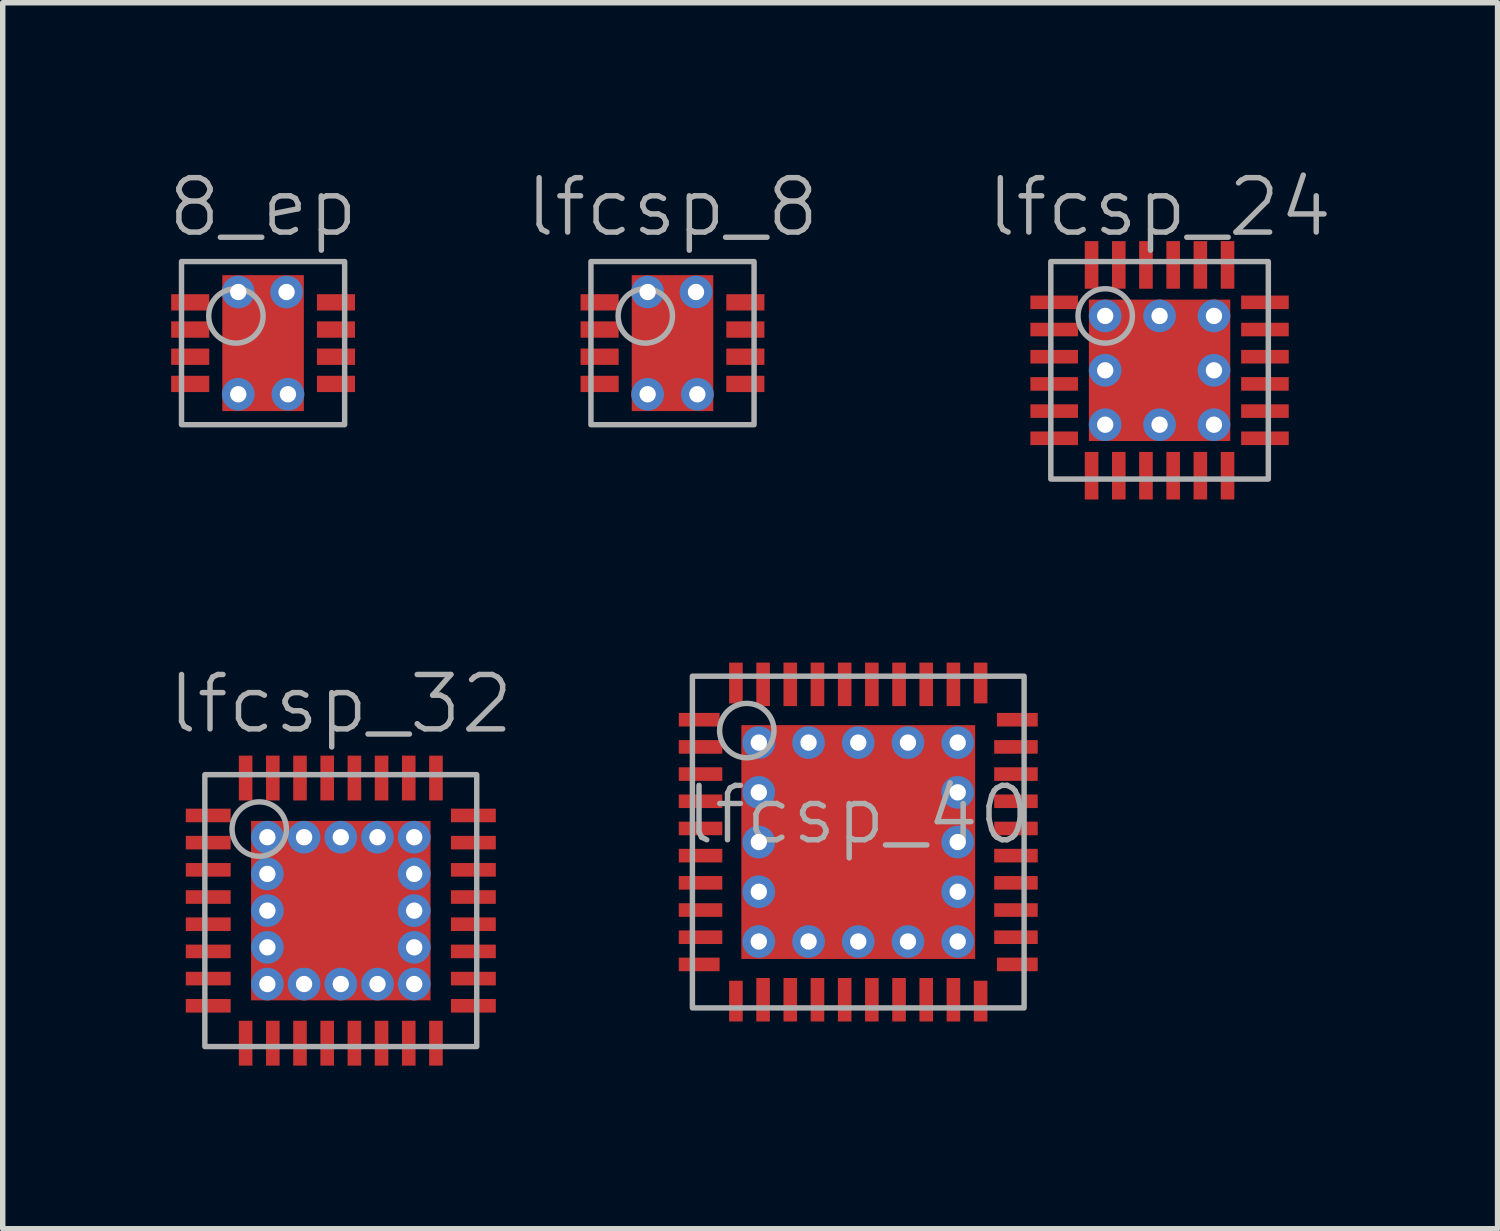
<source format=kicad_pcb>
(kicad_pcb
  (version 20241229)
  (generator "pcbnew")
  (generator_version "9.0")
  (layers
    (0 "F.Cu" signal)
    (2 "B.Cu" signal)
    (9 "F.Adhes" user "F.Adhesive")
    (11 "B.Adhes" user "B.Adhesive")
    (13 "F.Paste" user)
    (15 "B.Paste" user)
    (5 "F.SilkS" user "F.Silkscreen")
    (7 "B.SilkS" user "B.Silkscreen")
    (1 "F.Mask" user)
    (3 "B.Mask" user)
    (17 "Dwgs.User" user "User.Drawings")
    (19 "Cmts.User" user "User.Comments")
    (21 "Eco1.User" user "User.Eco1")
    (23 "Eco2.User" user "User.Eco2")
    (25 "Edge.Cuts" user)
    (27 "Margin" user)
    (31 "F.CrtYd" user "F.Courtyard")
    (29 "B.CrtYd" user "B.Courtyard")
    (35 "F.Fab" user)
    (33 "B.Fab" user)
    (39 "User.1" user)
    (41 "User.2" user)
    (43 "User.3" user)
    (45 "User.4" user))
  (footprint "lfcsp_24"
    (layer "F.Cu")
    (at 18.274 3.76)
    (property "Reference" "lfcsp_24" (at 0 -3 0) (layer "F.Fab") (effects (font (size 1 1) (thickness 0.1))))
    (attr smd)
    (fp_rect (start -2 2) (end 2 -2) (stroke (width 0.1) (type default)) (fill no) (layer "F.Fab"))
    (fp_circle (center -1 -1) (end -0.5 -1) (stroke (width 0.1) (type default)) (fill no) (layer "F.Fab"))
    (pad "1" smd rect (at -1.938 -1.25) (size 0.875 0.25) (layers "F.Cu" "F.Mask" "F.Paste"))
    (pad "2" smd rect (at -1.938 -0.75) (size 0.875 0.25) (layers "F.Cu" "F.Mask" "F.Paste"))
    (pad "3" smd rect (at -1.938 -0.25) (size 0.875 0.25) (layers "F.Cu" "F.Mask" "F.Paste"))
    (pad "4" smd rect (at -1.938 0.25) (size 0.875 0.25) (layers "F.Cu" "F.Mask" "F.Paste"))
    (pad "5" smd rect (at -1.938 0.75) (size 0.875 0.25) (layers "F.Cu" "F.Mask" "F.Paste"))
    (pad "6" smd rect (at -1.938 1.25) (size 0.875 0.25) (layers "F.Cu" "F.Mask" "F.Paste"))
    (pad "7" smd rect (at -1.25 1.938) (size 0.25 0.875) (layers "F.Cu" "F.Mask" "F.Paste"))
    (pad "8" smd rect (at -0.75 1.938) (size 0.25 0.875) (layers "F.Cu" "F.Mask" "F.Paste"))
    (pad "9" smd rect (at -0.25 1.938) (size 0.25 0.875) (layers "F.Cu" "F.Mask" "F.Paste"))
    (pad "10" smd rect (at 0.25 1.938) (size 0.25 0.875) (layers "F.Cu" "F.Mask" "F.Paste"))
    (pad "11" smd rect (at 0.75 1.938) (size 0.25 0.875) (layers "F.Cu" "F.Mask" "F.Paste"))
    (pad "12" smd rect (at 1.25 1.938) (size 0.25 0.875) (layers "F.Cu" "F.Mask" "F.Paste"))
    (pad "13" smd rect (at 1.938 1.25) (size 0.875 0.25) (layers "F.Cu" "F.Mask" "F.Paste"))
    (pad "14" smd rect (at 1.938 0.75) (size 0.875 0.25) (layers "F.Cu" "F.Mask" "F.Paste"))
    (pad "15" smd rect (at 1.938 0.25) (size 0.875 0.25) (layers "F.Cu" "F.Mask" "F.Paste"))
    (pad "16" smd rect (at 1.938 -0.25) (size 0.875 0.25) (layers "F.Cu" "F.Mask" "F.Paste"))
    (pad "17" smd rect (at 1.938 -0.75) (size 0.875 0.25) (layers "F.Cu" "F.Mask" "F.Paste"))
    (pad "18" smd rect (at 1.938 -1.25) (size 0.875 0.25) (layers "F.Cu" "F.Mask" "F.Paste"))
    (pad "19" smd rect (at 1.25 -1.938) (size 0.25 0.875) (layers "F.Cu" "F.Mask" "F.Paste"))
    (pad "20" smd rect (at 0.75 -1.938) (size 0.25 0.875) (layers "F.Cu" "F.Mask" "F.Paste"))
    (pad "21" smd rect (at 0.25 -1.938) (size 0.25 0.875) (layers "F.Cu" "F.Mask" "F.Paste"))
    (pad "22" smd rect (at -0.25 -1.938) (size 0.25 0.875) (layers "F.Cu" "F.Mask" "F.Paste"))
    (pad "23" smd rect (at -0.75 -1.938) (size 0.25 0.875) (layers "F.Cu" "F.Mask" "F.Paste"))
    (pad "24" smd rect (at -1.25 -1.938) (size 0.25 0.875) (layers "F.Cu" "F.Mask" "F.Paste"))
    (pad "25" thru_hole circle (at -1 -1) (size 0.6 0.6) (drill 0.3) (layers "*.Cu"))
    (pad "25" thru_hole circle (at -1 0) (size 0.6 0.6) (drill 0.3) (layers "*.Cu"))
    (pad "25" thru_hole circle (at -1 1) (size 0.6 0.6) (drill 0.3) (layers "*.Cu"))
    (pad "25" thru_hole circle (at 0 -1) (size 0.6 0.6) (drill 0.3) (layers "*.Cu"))
    (pad "25" smd rect (at 0 0) (size 2.6 2.6) (layers "F.Cu" "F.Mask" "F.Paste"))
    (pad "25" thru_hole circle (at 0 1) (size 0.6 0.6) (drill 0.3) (layers "*.Cu"))
    (pad "25" thru_hole circle (at 1 -1) (size 0.6 0.6) (drill 0.3) (layers "*.Cu"))
    (pad "25" thru_hole circle (at 1 0) (size 0.6 0.6) (drill 0.3) (layers "*.Cu"))
    (pad "25" thru_hole circle (at 1 1) (size 0.6 0.6) (drill 0.3) (layers "*.Cu")))
  (footprint "lfcsp_40"
    (layer "F.Cu")
    (at 12.733 12.435)
    (property "Reference" "lfcsp_40" (at 0 -0.5 0) (unlocked yes) (layer "F.Fab") (effects (font (size 1 1) (thickness 0.1))))
    (attr smd)
    (fp_rect (start -3.05 3.05) (end 3.05 -3.05) (stroke (width 0.1) (type default)) (fill no) (layer "F.Fab"))
    (fp_circle (center -2.05 -2.05) (end -1.55 -2.05) (stroke (width 0.1) (type default)) (fill no) (layer "F.Fab"))
    (pad "1" smd rect (at -2.925 -2.25) (size 0.75 0.25) (layers "F.Cu" "F.Mask" "F.Paste"))
    (pad "2" smd rect (at -2.9 -1.75) (size 0.8 0.25) (layers "F.Cu" "F.Mask" "F.Paste"))
    (pad "3" smd rect (at -2.9 -1.25) (size 0.8 0.25) (layers "F.Cu" "F.Mask" "F.Paste"))
    (pad "4" smd rect (at -2.9 -0.75) (size 0.8 0.25) (layers "F.Cu" "F.Mask" "F.Paste"))
    (pad "5" smd rect (at -2.9 -0.25) (size 0.8 0.25) (layers "F.Cu" "F.Mask" "F.Paste"))
    (pad "6" smd rect (at -2.9 0.25) (size 0.8 0.25) (layers "F.Cu" "F.Mask" "F.Paste"))
    (pad "7" smd rect (at -2.9 0.75) (size 0.8 0.25) (layers "F.Cu" "F.Mask" "F.Paste"))
    (pad "8" smd rect (at -2.9 1.25) (size 0.8 0.25) (layers "F.Cu" "F.Mask" "F.Paste"))
    (pad "9" smd rect (at -2.9 1.75) (size 0.8 0.25) (layers "F.Cu" "F.Mask" "F.Paste"))
    (pad "10" smd rect (at -2.925 2.25) (size 0.75 0.25) (layers "F.Cu" "F.Mask" "F.Paste"))
    (pad "11" smd rect (at -2.25 2.925 270) (size 0.75 0.25) (layers "F.Cu" "F.Mask" "F.Paste"))
    (pad "12" smd rect (at -1.75 2.9 270) (size 0.8 0.25) (layers "F.Cu" "F.Mask" "F.Paste"))
    (pad "13" smd rect (at -1.25 2.9 270) (size 0.8 0.25) (layers "F.Cu" "F.Mask" "F.Paste"))
    (pad "14" smd rect (at -0.75 2.9 270) (size 0.8 0.25) (layers "F.Cu" "F.Mask" "F.Paste"))
    (pad "15" smd rect (at -0.25 2.9 270) (size 0.8 0.25) (layers "F.Cu" "F.Mask" "F.Paste"))
    (pad "16" smd rect (at 0.25 2.9 270) (size 0.8 0.25) (layers "F.Cu" "F.Mask" "F.Paste"))
    (pad "17" smd rect (at 0.75 2.9 270) (size 0.8 0.25) (layers "F.Cu" "F.Mask" "F.Paste"))
    (pad "18" smd rect (at 1.25 2.9 270) (size 0.8 0.25) (layers "F.Cu" "F.Mask" "F.Paste"))
    (pad "19" smd rect (at 1.75 2.9 270) (size 0.8 0.25) (layers "F.Cu" "F.Mask" "F.Paste"))
    (pad "20" smd rect (at 2.25 2.925 270) (size 0.75 0.25) (layers "F.Cu" "F.Mask" "F.Paste"))
    (pad "21" smd rect (at 2.925 2.25 180) (size 0.75 0.25) (layers "F.Cu" "F.Mask" "F.Paste"))
    (pad "22" smd rect (at 2.9 1.75 180) (size 0.8 0.25) (layers "F.Cu" "F.Mask" "F.Paste"))
    (pad "23" smd rect (at 2.9 1.25 180) (size 0.8 0.25) (layers "F.Cu" "F.Mask" "F.Paste"))
    (pad "24" smd rect (at 2.9 0.75 180) (size 0.8 0.25) (layers "F.Cu" "F.Mask" "F.Paste"))
    (pad "25" smd rect (at 2.9 0.25 180) (size 0.8 0.25) (layers "F.Cu" "F.Mask" "F.Paste"))
    (pad "26" smd rect (at 2.9 -0.25 180) (size 0.8 0.25) (layers "F.Cu" "F.Mask" "F.Paste"))
    (pad "27" smd rect (at 2.9 -0.75 180) (size 0.8 0.25) (layers "F.Cu" "F.Mask" "F.Paste"))
    (pad "28" smd rect (at 2.9 -1.25 180) (size 0.8 0.25) (layers "F.Cu" "F.Mask" "F.Paste"))
    (pad "29" smd rect (at 2.9 -1.75 180) (size 0.8 0.25) (layers "F.Cu" "F.Mask" "F.Paste"))
    (pad "30" smd rect (at 2.925 -2.25 180) (size 0.75 0.25) (layers "F.Cu" "F.Mask" "F.Paste"))
    (pad "31" smd rect (at 2.25 -2.925 90) (size 0.75 0.25) (layers "F.Cu" "F.Mask" "F.Paste"))
    (pad "32" smd rect (at 1.75 -2.9 90) (size 0.8 0.25) (layers "F.Cu" "F.Mask" "F.Paste"))
    (pad "33" smd rect (at 1.25 -2.9 90) (size 0.8 0.25) (layers "F.Cu" "F.Mask" "F.Paste"))
    (pad "34" smd rect (at 0.75 -2.9 90) (size 0.8 0.25) (layers "F.Cu" "F.Mask" "F.Paste"))
    (pad "35" smd rect (at 0.25 -2.9 90) (size 0.8 0.25) (layers "F.Cu" "F.Mask" "F.Paste"))
    (pad "36" smd rect (at -0.25 -2.9 90) (size 0.8 0.25) (layers "F.Cu" "F.Mask" "F.Paste"))
    (pad "37" smd rect (at -0.75 -2.9 90) (size 0.8 0.25) (layers "F.Cu" "F.Mask" "F.Paste"))
    (pad "38" smd rect (at -1.25 -2.9 90) (size 0.8 0.25) (layers "F.Cu" "F.Mask" "F.Paste"))
    (pad "39" smd rect (at -1.75 -2.9 90) (size 0.8 0.25) (layers "F.Cu" "F.Mask" "F.Paste"))
    (pad "40" smd rect (at -2.25 -2.925 90) (size 0.75 0.25) (layers "F.Cu" "F.Mask" "F.Paste"))
    (pad "41" thru_hole circle (at -1.829 -1.829) (size 0.6 0.6) (drill 0.3) (layers "*.Cu"))
    (pad "41" thru_hole circle (at -1.829 -0.914) (size 0.6 0.6) (drill 0.3) (layers "*.Cu"))
    (pad "41" thru_hole circle (at -1.829 0) (size 0.6 0.6) (drill 0.3) (layers "*.Cu"))
    (pad "41" thru_hole circle (at -1.829 0.914) (size 0.6 0.6) (drill 0.3) (layers "*.Cu"))
    (pad "41" thru_hole circle (at -1.829 1.829) (size 0.6 0.6) (drill 0.3) (layers "*.Cu"))
    (pad "41" thru_hole circle (at -0.914 -1.829) (size 0.6 0.6) (drill 0.3) (layers "*.Cu"))
    (pad "41" thru_hole circle (at -0.914 1.829) (size 0.6 0.6) (drill 0.3) (layers "*.Cu"))
    (pad "41" thru_hole circle (at 0 -1.829) (size 0.6 0.6) (drill 0.3) (layers "*.Cu"))
    (pad "41" smd rect (at 0 0) (size 4.3 4.3) (layers "F.Cu" "F.Mask" "F.Paste"))
    (pad "41" thru_hole circle (at 0 1.829) (size 0.6 0.6) (drill 0.3) (layers "*.Cu"))
    (pad "41" thru_hole circle (at 0.914 -1.829) (size 0.6 0.6) (drill 0.3) (layers "*.Cu"))
    (pad "41" thru_hole circle (at 0.914 1.829) (size 0.6 0.6) (drill 0.3) (layers "*.Cu"))
    (pad "41" thru_hole circle (at 1.829 -1.829) (size 0.6 0.6) (drill 0.3) (layers "*.Cu"))
    (pad "41" thru_hole circle (at 1.829 -0.914) (size 0.6 0.6) (drill 0.3) (layers "*.Cu"))
    (pad "41" thru_hole circle (at 1.829 0) (size 0.6 0.6) (drill 0.3) (layers "*.Cu"))
    (pad "41" thru_hole circle (at 1.829 0.914) (size 0.6 0.6) (drill 0.3) (layers "*.Cu"))
    (pad "41" thru_hole circle (at 1.829 1.829) (size 0.6 0.6) (drill 0.3) (layers "*.Cu")))
  (footprint "lfcsp_32"
    (layer "F.Cu")
    (at 3.217 13.696)
    (property "Reference" "lfcsp_32" (at 0 -3.8 0) (layer "F.Fab") (effects (font (size 1 1) (thickness 0.1))))
    (attr smd)
    (fp_rect (start -2.5 2.5) (end 2.5 -2.5) (stroke (width 0.1) (type default)) (fill no) (layer "F.Fab"))
    (fp_circle (center -1.5 -1.5) (end -1 -1.5) (stroke (width 0.1) (type default)) (fill no) (layer "F.Fab"))
    (pad "1" smd rect (at -2.438 -1.75) (size 0.825 0.25) (layers "F.Cu" "F.Mask" "F.Paste"))
    (pad "2" smd rect (at -2.438 -1.25) (size 0.825 0.25) (layers "F.Cu" "F.Mask" "F.Paste"))
    (pad "3" smd rect (at -2.438 -0.75) (size 0.825 0.25) (layers "F.Cu" "F.Mask" "F.Paste"))
    (pad "4" smd rect (at -2.438 -0.25) (size 0.825 0.25) (layers "F.Cu" "F.Mask" "F.Paste"))
    (pad "5" smd rect (at -2.438 0.25) (size 0.825 0.25) (layers "F.Cu" "F.Mask" "F.Paste"))
    (pad "6" smd rect (at -2.438 0.75) (size 0.825 0.25) (layers "F.Cu" "F.Mask" "F.Paste"))
    (pad "7" smd rect (at -2.438 1.25) (size 0.825 0.25) (layers "F.Cu" "F.Mask" "F.Paste"))
    (pad "8" smd rect (at -2.438 1.75) (size 0.825 0.25) (layers "F.Cu" "F.Mask" "F.Paste"))
    (pad "9" smd rect (at -1.75 2.438) (size 0.25 0.825) (layers "F.Cu" "F.Mask" "F.Paste"))
    (pad "10" smd rect (at -1.25 2.438) (size 0.25 0.825) (layers "F.Cu" "F.Mask" "F.Paste"))
    (pad "11" smd rect (at -0.75 2.438) (size 0.25 0.825) (layers "F.Cu" "F.Mask" "F.Paste"))
    (pad "12" smd rect (at -0.25 2.438) (size 0.25 0.825) (layers "F.Cu" "F.Mask" "F.Paste"))
    (pad "13" smd rect (at 0.25 2.438) (size 0.25 0.825) (layers "F.Cu" "F.Mask" "F.Paste"))
    (pad "14" smd rect (at 0.75 2.438) (size 0.25 0.825) (layers "F.Cu" "F.Mask" "F.Paste"))
    (pad "15" smd rect (at 1.25 2.438) (size 0.25 0.825) (layers "F.Cu" "F.Mask" "F.Paste"))
    (pad "16" smd rect (at 1.75 2.438) (size 0.25 0.825) (layers "F.Cu" "F.Mask" "F.Paste"))
    (pad "17" smd rect (at 2.438 1.75) (size 0.825 0.25) (layers "F.Cu" "F.Mask" "F.Paste"))
    (pad "18" smd rect (at 2.438 1.25) (size 0.825 0.25) (layers "F.Cu" "F.Mask" "F.Paste"))
    (pad "19" smd rect (at 2.438 0.75) (size 0.825 0.25) (layers "F.Cu" "F.Mask" "F.Paste"))
    (pad "20" smd rect (at 2.438 0.25) (size 0.825 0.25) (layers "F.Cu" "F.Mask" "F.Paste"))
    (pad "21" smd rect (at 2.438 -0.25) (size 0.825 0.25) (layers "F.Cu" "F.Mask" "F.Paste"))
    (pad "22" smd rect (at 2.438 -0.75) (size 0.825 0.25) (layers "F.Cu" "F.Mask" "F.Paste"))
    (pad "23" smd rect (at 2.438 -1.25) (size 0.825 0.25) (layers "F.Cu" "F.Mask" "F.Paste"))
    (pad "24" smd rect (at 2.438 -1.75) (size 0.825 0.25) (layers "F.Cu" "F.Mask" "F.Paste"))
    (pad "25" smd rect (at 1.75 -2.438) (size 0.25 0.825) (layers "F.Cu" "F.Mask" "F.Paste"))
    (pad "26" smd rect (at 1.25 -2.438) (size 0.25 0.825) (layers "F.Cu" "F.Mask" "F.Paste"))
    (pad "27" smd rect (at 0.75 -2.438) (size 0.25 0.825) (layers "F.Cu" "F.Mask" "F.Paste"))
    (pad "28" smd rect (at 0.25 -2.438) (size 0.25 0.825) (layers "F.Cu" "F.Mask" "F.Paste"))
    (pad "29" smd rect (at -0.25 -2.438) (size 0.25 0.825) (layers "F.Cu" "F.Mask" "F.Paste"))
    (pad "30" smd rect (at -0.75 -2.438) (size 0.25 0.825) (layers "F.Cu" "F.Mask" "F.Paste"))
    (pad "31" smd rect (at -1.25 -2.438) (size 0.25 0.825) (layers "F.Cu" "F.Mask" "F.Paste"))
    (pad "32" smd rect (at -1.75 -2.438) (size 0.25 0.825) (layers "F.Cu" "F.Mask" "F.Paste"))
    (pad "33" thru_hole circle (at -1.35 -1.35) (size 0.6 0.6) (drill 0.3) (layers "*.Cu"))
    (pad "33" thru_hole circle (at -1.35 -0.675) (size 0.6 0.6) (drill 0.3) (layers "*.Cu"))
    (pad "33" thru_hole circle (at -1.35 0) (size 0.6 0.6) (drill 0.3) (layers "*.Cu"))
    (pad "33" thru_hole circle (at -1.35 0.675) (size 0.6 0.6) (drill 0.3) (layers "*.Cu"))
    (pad "33" thru_hole circle (at -1.35 1.35) (size 0.6 0.6) (drill 0.3) (layers "*.Cu"))
    (pad "33" thru_hole circle (at -0.675 -1.35) (size 0.6 0.6) (drill 0.3) (layers "*.Cu"))
    (pad "33" thru_hole circle (at -0.675 1.35) (size 0.6 0.6) (drill 0.3) (layers "*.Cu"))
    (pad "33" thru_hole circle (at 0 -1.35) (size 0.6 0.6) (drill 0.3) (layers "*.Cu"))
    (pad "33" smd rect (at 0 0) (size 3.3 3.3) (layers "F.Cu" "F.Mask" "F.Paste"))
    (pad "33" thru_hole circle (at 0 1.35) (size 0.6 0.6) (drill 0.3) (layers "*.Cu"))
    (pad "33" thru_hole circle (at 0.675 -1.35) (size 0.6 0.6) (drill 0.3) (layers "*.Cu"))
    (pad "33" thru_hole circle (at 0.675 1.35) (size 0.6 0.6) (drill 0.3) (layers "*.Cu"))
    (pad "33" thru_hole circle (at 1.35 -1.35) (size 0.6 0.6) (drill 0.3) (layers "*.Cu"))
    (pad "33" thru_hole circle (at 1.35 -0.675) (size 0.6 0.6) (drill 0.3) (layers "*.Cu"))
    (pad "33" thru_hole circle (at 1.35 0) (size 0.6 0.6) (drill 0.3) (layers "*.Cu"))
    (pad "33" thru_hole circle (at 1.35 0.675) (size 0.6 0.6) (drill 0.3) (layers "*.Cu"))
    (pad "33" thru_hole circle (at 1.35 1.35) (size 0.6 0.6) (drill 0.3) (layers "*.Cu")))
  (footprint "8_ep"
    (layer "F.Cu")
    (at 1.788 3.26)
    (property "Reference" "8_ep" (at 0 -2.5 0) (unlocked yes) (layer "F.Fab") (effects (font (size 1 1) (thickness 0.1))))
    (attr smd)
    (fp_rect (start -0.5 -0.625) (end 0.5 0.625) (stroke (width 0) (type solid)) (fill yes) (layer "F.Mask"))
    (fp_rect (start -0.5 -0.625) (end 0.5 0.625) (stroke (width 0) (type solid)) (fill yes) (layer "F.Paste"))
    (fp_rect (start -1.5 -1.5) (end 1.5 1.5) (stroke (width 0.1) (type default)) (fill no) (layer "F.Fab"))
    (fp_circle (center -0.5 -0.5) (end 0 -0.5) (stroke (width 0.1) (type default)) (fill no) (layer "F.Fab"))
    (pad "1" smd rect (at -1.34 -0.75) (size 0.7 0.3) (layers "F.Cu" "F.Mask" "F.Paste"))
    (pad "2" smd rect (at -1.34 -0.25) (size 0.7 0.3) (layers "F.Cu" "F.Mask" "F.Paste"))
    (pad "3" smd rect (at -1.34 0.25) (size 0.7 0.3) (layers "F.Cu" "F.Mask" "F.Paste"))
    (pad "4" smd rect (at -1.34 0.75) (size 0.7 0.3) (layers "F.Cu" "F.Mask" "F.Paste"))
    (pad "5" smd rect (at 1.34 0.75) (size 0.7 0.3) (layers "F.Cu" "F.Mask" "F.Paste"))
    (pad "6" smd rect (at 1.34 0.25) (size 0.7 0.3) (layers "F.Cu" "F.Mask" "F.Paste"))
    (pad "7" smd rect (at 1.34 -0.25) (size 0.7 0.3) (layers "F.Cu" "F.Mask" "F.Paste"))
    (pad "8" smd rect (at 1.34 -0.75) (size 0.7 0.3) (layers "F.Cu" "F.Mask" "F.Paste"))
    (pad "9" thru_hole circle (at -0.457 -0.94) (size 0.6 0.6) (drill 0.3) (layers "*.Cu"))
    (pad "9" thru_hole circle (at -0.457 0.94) (size 0.6 0.6) (drill 0.3) (layers "*.Cu"))
    (pad "9" smd rect (at 0 0) (size 1.5 2.5) (layers "F.Cu" "F.Mask" "F.Paste"))
    (pad "9" thru_hole circle (at 0.432 -0.94) (size 0.6 0.6) (drill 0.3) (layers "*.Cu"))
    (pad "9" thru_hole circle (at 0.457 0.94) (size 0.6 0.6) (drill 0.3) (layers "*.Cu")))
  (footprint "lfcsp_8"
    (layer "F.Cu")
    (at 9.317 3.26)
    (property "Reference" "lfcsp_8" (at 0 -2.5 0) (unlocked yes) (layer "F.Fab") (effects (font (size 1 1) (thickness 0.1))))
    (attr smd)
    (fp_rect (start -0.5 -0.625) (end 0.5 0.625) (stroke (width 0) (type solid)) (fill yes) (layer "F.Mask"))
    (fp_rect (start -0.5 -0.625) (end 0.5 0.625) (stroke (width 0) (type solid)) (fill yes) (layer "F.Paste"))
    (fp_rect (start -1.5 -1.5) (end 1.5 1.5) (stroke (width 0.1) (type default)) (fill no) (layer "F.Fab"))
    (fp_circle (center -0.5 -0.5) (end 0 -0.5) (stroke (width 0.1) (type default)) (fill no) (layer "F.Fab"))
    (pad "1" smd rect (at -1.34 -0.75) (size 0.7 0.3) (layers "F.Cu" "F.Mask" "F.Paste"))
    (pad "2" smd rect (at -1.34 -0.25) (size 0.7 0.3) (layers "F.Cu" "F.Mask" "F.Paste"))
    (pad "3" smd rect (at -1.34 0.25) (size 0.7 0.3) (layers "F.Cu" "F.Mask" "F.Paste"))
    (pad "4" smd rect (at -1.34 0.75) (size 0.7 0.3) (layers "F.Cu" "F.Mask" "F.Paste"))
    (pad "5" smd rect (at 1.34 0.75) (size 0.7 0.3) (layers "F.Cu" "F.Mask" "F.Paste"))
    (pad "6" smd rect (at 1.34 0.25) (size 0.7 0.3) (layers "F.Cu" "F.Mask" "F.Paste"))
    (pad "7" smd rect (at 1.34 -0.25) (size 0.7 0.3) (layers "F.Cu" "F.Mask" "F.Paste"))
    (pad "8" smd rect (at 1.34 -0.75) (size 0.7 0.3) (layers "F.Cu" "F.Mask" "F.Paste"))
    (pad "9" thru_hole circle (at -0.457 -0.94) (size 0.6 0.6) (drill 0.3) (layers "*.Cu"))
    (pad "9" thru_hole circle (at -0.457 0.94) (size 0.6 0.6) (drill 0.3) (layers "*.Cu"))
    (pad "9" smd rect (at 0 0) (size 1.5 2.5) (layers "F.Cu" "F.Mask" "F.Paste"))
    (pad "9" thru_hole circle (at 0.432 -0.94) (size 0.6 0.6) (drill 0.3) (layers "*.Cu"))
    (pad "9" thru_hole circle (at 0.457 0.94) (size 0.6 0.6) (drill 0.3) (layers "*.Cu")))
  (gr_rect
    (start -3 -3)
    (end 24.49 19.546)
    (stroke (width 0.1) (type default))
    (fill no)
    (layer "Edge.Cuts")))
</source>
